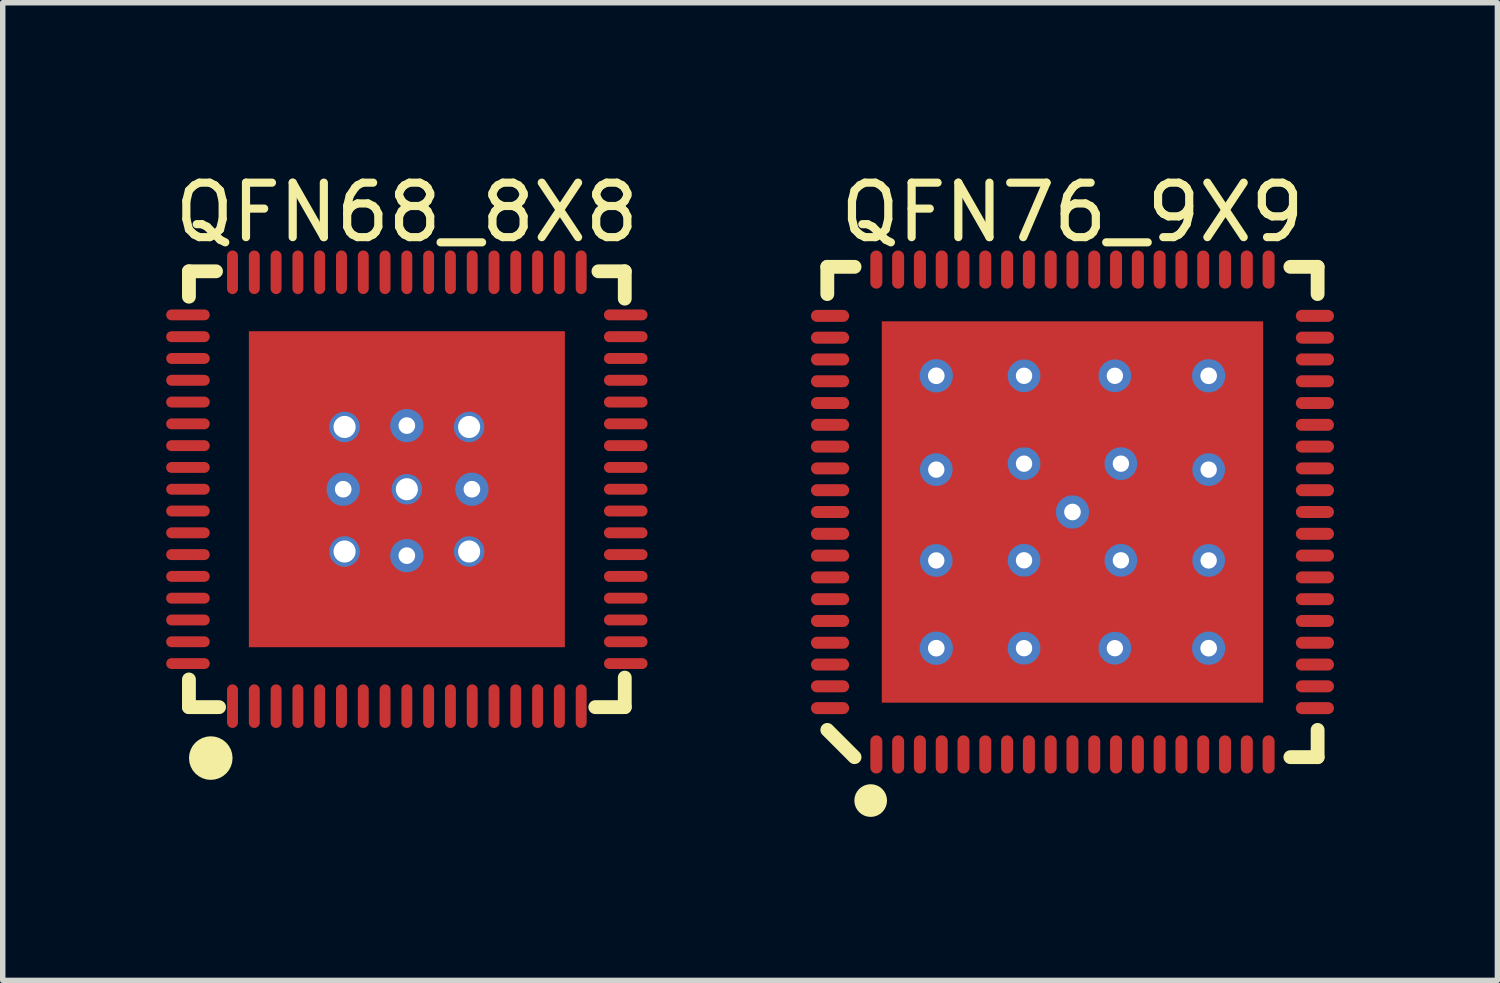
<source format=kicad_pcb>
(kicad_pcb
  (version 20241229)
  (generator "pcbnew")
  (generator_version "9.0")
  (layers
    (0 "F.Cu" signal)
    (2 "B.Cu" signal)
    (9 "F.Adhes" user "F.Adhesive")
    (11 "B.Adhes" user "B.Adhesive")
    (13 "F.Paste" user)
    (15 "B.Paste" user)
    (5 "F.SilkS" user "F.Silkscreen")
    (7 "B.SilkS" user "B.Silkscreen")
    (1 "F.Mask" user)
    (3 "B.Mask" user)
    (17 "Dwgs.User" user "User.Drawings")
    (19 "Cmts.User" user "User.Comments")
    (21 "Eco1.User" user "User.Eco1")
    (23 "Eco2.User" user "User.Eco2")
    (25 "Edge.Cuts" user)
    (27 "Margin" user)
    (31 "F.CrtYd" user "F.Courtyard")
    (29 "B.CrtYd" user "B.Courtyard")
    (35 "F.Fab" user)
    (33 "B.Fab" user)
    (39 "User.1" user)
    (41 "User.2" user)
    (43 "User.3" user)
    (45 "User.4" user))
  (footprint "QFN68_8X8"
    (layer "F.Cu")
    (at 4.418 5.93)
    (property "Reference" "QFN68_8X8" (at 0 -5.082 0) (layer "F.SilkS") (effects (font (size 1 1) (thickness 0.15))))
    (fp_line (start -4 -4) (end -3.503 -4) (stroke (width 0.254) (type solid)) (layer "F.SilkS"))
    (fp_line (start -4 -3.534) (end -4 -4) (stroke (width 0.254) (type solid)) (layer "F.SilkS"))
    (fp_line (start -4 4) (end -4 3.492) (stroke (width 0.254) (type solid)) (layer "F.SilkS"))
    (fp_line (start -4 4) (end -3.447 4) (stroke (width 0.254) (type solid)) (layer "F.SilkS"))
    (fp_line (start 3.459 4) (end 4 4) (stroke (width 0.254) (type solid)) (layer "F.SilkS"))
    (fp_line (start 3.517 -4) (end 4 -4) (stroke (width 0.254) (type solid)) (layer "F.SilkS"))
    (fp_line (start 4 -3.498) (end 4 -4) (stroke (width 0.254) (type solid)) (layer "F.SilkS"))
    (fp_line (start 4 4) (end 4 3.458) (stroke (width 0.254) (type solid)) (layer "F.SilkS"))
    (fp_circle (center -3.599 4.935) (end -3.599 4.735) (stroke (width 0.4) (type solid)) (fill no) (layer "F.SilkS"))
    (pad "0" thru_hole circle (at -1.168 0.00001) (size 0.61 0.61) (drill 0.305) (layers "*.Cu"))
    (pad "0" thru_hole circle (at -1.143 -1.143) (size 0.559 0.559) (drill 0.406) (layers "*.Cu" "*.Mask"))
    (pad "0" thru_hole circle (at -1.143 1.143) (size 0.559 0.559) (drill 0.406) (layers "*.Cu" "*.Mask"))
    (pad "0" thru_hole circle (at -0.00001 -1.168) (size 0.61 0.61) (drill 0.305) (layers "*.Cu"))
    (pad "0" thru_hole circle (at -0.00001 0.00001) (size 0.559 0.559) (drill 0.406) (layers "*.Cu" "*.Mask"))
    (pad "0" smd rect (at -0.00001 0.00001) (size 5.8 5.8) (layers "F.Cu" "F.Mask" "F.Paste"))
    (pad "0" thru_hole circle (at -0.00001 1.219) (size 0.61 0.61) (drill 0.305) (layers "*.Cu"))
    (pad "0" thru_hole circle (at 1.143 -1.143) (size 0.559 0.559) (drill 0.406) (layers "*.Cu" "*.Mask"))
    (pad "0" thru_hole circle (at 1.143 1.143) (size 0.559 0.559) (drill 0.406) (layers "*.Cu" "*.Mask"))
    (pad "0" thru_hole circle (at 1.194 0.00001) (size 0.61 0.61) (drill 0.305) (layers "*.Cu"))
    (pad "1" smd oval (at -3.2 3.982) (size 0.2 0.8) (layers "F.Cu" "F.Mask" "F.Paste"))
    (pad "2" smd oval (at -2.8 3.982) (size 0.2 0.8) (layers "F.Cu" "F.Mask" "F.Paste"))
    (pad "3" smd oval (at -2.4 3.982) (size 0.2 0.8) (layers "F.Cu" "F.Mask" "F.Paste"))
    (pad "4" smd oval (at -2 3.982) (size 0.2 0.8) (layers "F.Cu" "F.Mask" "F.Paste"))
    (pad "5" smd oval (at -1.6 3.982) (size 0.2 0.8) (layers "F.Cu" "F.Mask" "F.Paste"))
    (pad "6" smd oval (at -1.2 3.982) (size 0.2 0.8) (layers "F.Cu" "F.Mask" "F.Paste"))
    (pad "7" smd oval (at -0.8 3.982) (size 0.2 0.8) (layers "F.Cu" "F.Mask" "F.Paste"))
    (pad "8" smd oval (at -0.4 3.982) (size 0.2 0.8) (layers "F.Cu" "F.Mask" "F.Paste"))
    (pad "9" smd oval (at -0.00001 3.982) (size 0.2 0.8) (layers "F.Cu" "F.Mask" "F.Paste"))
    (pad "10" smd oval (at 0.4 3.982) (size 0.2 0.8) (layers "F.Cu" "F.Mask" "F.Paste"))
    (pad "11" smd oval (at 0.8 3.982) (size 0.2 0.8) (layers "F.Cu" "F.Mask" "F.Paste"))
    (pad "12" smd oval (at 1.2 3.982) (size 0.2 0.8) (layers "F.Cu" "F.Mask" "F.Paste"))
    (pad "13" smd oval (at 1.6 3.982) (size 0.2 0.8) (layers "F.Cu" "F.Mask" "F.Paste"))
    (pad "14" smd oval (at 2 3.982) (size 0.2 0.8) (layers "F.Cu" "F.Mask" "F.Paste"))
    (pad "15" smd oval (at 2.4 3.982) (size 0.2 0.8) (layers "F.Cu" "F.Mask" "F.Paste"))
    (pad "16" smd oval (at 2.8 3.982) (size 0.2 0.8) (layers "F.Cu" "F.Mask" "F.Paste"))
    (pad "17" smd oval (at 3.2 3.982) (size 0.2 0.8) (layers "F.Cu" "F.Mask" "F.Paste"))
    (pad "18" smd oval (at 4.018 3.2 90) (size 0.2 0.8) (layers "F.Cu" "F.Mask" "F.Paste"))
    (pad "19" smd oval (at 4.018 2.8 90) (size 0.2 0.8) (layers "F.Cu" "F.Mask" "F.Paste"))
    (pad "20" smd oval (at 4.018 2.4 90) (size 0.2 0.8) (layers "F.Cu" "F.Mask" "F.Paste"))
    (pad "21" smd oval (at 4.018 2 90) (size 0.2 0.8) (layers "F.Cu" "F.Mask" "F.Paste"))
    (pad "22" smd oval (at 4.018 1.6 90) (size 0.2 0.8) (layers "F.Cu" "F.Mask" "F.Paste"))
    (pad "23" smd oval (at 4.018 1.2 90) (size 0.2 0.8) (layers "F.Cu" "F.Mask" "F.Paste"))
    (pad "24" smd oval (at 4.018 0.8 90) (size 0.2 0.8) (layers "F.Cu" "F.Mask" "F.Paste"))
    (pad "25" smd oval (at 4.018 0.4 90) (size 0.2 0.8) (layers "F.Cu" "F.Mask" "F.Paste"))
    (pad "26" smd oval (at 4.018 0.00001 90) (size 0.2 0.8) (layers "F.Cu" "F.Mask" "F.Paste"))
    (pad "27" smd oval (at 4.018 -0.4 90) (size 0.2 0.8) (layers "F.Cu" "F.Mask" "F.Paste"))
    (pad "28" smd oval (at 4.018 -0.8 90) (size 0.2 0.8) (layers "F.Cu" "F.Mask" "F.Paste"))
    (pad "29" smd oval (at 4.018 -1.2 90) (size 0.2 0.8) (layers "F.Cu" "F.Mask" "F.Paste"))
    (pad "30" smd oval (at 4.018 -1.6 90) (size 0.2 0.8) (layers "F.Cu" "F.Mask" "F.Paste"))
    (pad "31" smd oval (at 4.018 -2 90) (size 0.2 0.8) (layers "F.Cu" "F.Mask" "F.Paste"))
    (pad "32" smd oval (at 4.018 -2.4 90) (size 0.2 0.8) (layers "F.Cu" "F.Mask" "F.Paste"))
    (pad "33" smd oval (at 4.018 -2.8 90) (size 0.2 0.8) (layers "F.Cu" "F.Mask" "F.Paste"))
    (pad "34" smd oval (at 4.018 -3.2 90) (size 0.2 0.8) (layers "F.Cu" "F.Mask" "F.Paste"))
    (pad "35" smd oval (at 3.2 -3.982 180) (size 0.2 0.8) (layers "F.Cu" "F.Mask" "F.Paste"))
    (pad "36" smd oval (at 2.8 -3.982 180) (size 0.2 0.8) (layers "F.Cu" "F.Mask" "F.Paste"))
    (pad "37" smd oval (at 2.4 -3.982 180) (size 0.2 0.8) (layers "F.Cu" "F.Mask" "F.Paste"))
    (pad "38" smd oval (at 2 -3.982 180) (size 0.2 0.8) (layers "F.Cu" "F.Mask" "F.Paste"))
    (pad "39" smd oval (at 1.6 -3.982 180) (size 0.2 0.8) (layers "F.Cu" "F.Mask" "F.Paste"))
    (pad "40" smd oval (at 1.2 -3.982 180) (size 0.2 0.8) (layers "F.Cu" "F.Mask" "F.Paste"))
    (pad "41" smd oval (at 0.8 -3.982 180) (size 0.2 0.8) (layers "F.Cu" "F.Mask" "F.Paste"))
    (pad "42" smd oval (at 0.4 -3.982 180) (size 0.2 0.8) (layers "F.Cu" "F.Mask" "F.Paste"))
    (pad "43" smd oval (at -0.00001 -3.982 180) (size 0.2 0.8) (layers "F.Cu" "F.Mask" "F.Paste"))
    (pad "44" smd oval (at -0.4 -3.982 180) (size 0.2 0.8) (layers "F.Cu" "F.Mask" "F.Paste"))
    (pad "45" smd oval (at -0.8 -3.982 180) (size 0.2 0.8) (layers "F.Cu" "F.Mask" "F.Paste"))
    (pad "46" smd oval (at -1.2 -3.982 180) (size 0.2 0.8) (layers "F.Cu" "F.Mask" "F.Paste"))
    (pad "47" smd oval (at -1.6 -3.982 180) (size 0.2 0.8) (layers "F.Cu" "F.Mask" "F.Paste"))
    (pad "48" smd oval (at -2 -3.982 180) (size 0.2 0.8) (layers "F.Cu" "F.Mask" "F.Paste"))
    (pad "49" smd oval (at -2.4 -3.982 180) (size 0.2 0.8) (layers "F.Cu" "F.Mask" "F.Paste"))
    (pad "50" smd oval (at -2.8 -3.982 180) (size 0.2 0.8) (layers "F.Cu" "F.Mask" "F.Paste"))
    (pad "51" smd oval (at -3.2 -3.982 180) (size 0.2 0.8) (layers "F.Cu" "F.Mask" "F.Paste"))
    (pad "52" smd oval (at -4.018 -3.2 90) (size 0.2 0.8) (layers "F.Cu" "F.Mask" "F.Paste"))
    (pad "53" smd oval (at -4.018 -2.8 90) (size 0.2 0.8) (layers "F.Cu" "F.Mask" "F.Paste"))
    (pad "54" smd oval (at -4.018 -2.4 90) (size 0.2 0.8) (layers "F.Cu" "F.Mask" "F.Paste"))
    (pad "55" smd oval (at -4.018 -2 90) (size 0.2 0.8) (layers "F.Cu" "F.Mask" "F.Paste"))
    (pad "56" smd oval (at -4.018 -1.6 90) (size 0.2 0.8) (layers "F.Cu" "F.Mask" "F.Paste"))
    (pad "57" smd oval (at -4.018 -1.2 90) (size 0.2 0.8) (layers "F.Cu" "F.Mask" "F.Paste"))
    (pad "58" smd oval (at -4.018 -0.8 90) (size 0.2 0.8) (layers "F.Cu" "F.Mask" "F.Paste"))
    (pad "59" smd oval (at -4.018 -0.4 90) (size 0.2 0.8) (layers "F.Cu" "F.Mask" "F.Paste"))
    (pad "60" smd oval (at -4.018 0.00001 90) (size 0.2 0.8) (layers "F.Cu" "F.Mask" "F.Paste"))
    (pad "61" smd oval (at -4.018 0.4 90) (size 0.2 0.8) (layers "F.Cu" "F.Mask" "F.Paste"))
    (pad "62" smd oval (at -4.018 0.8 90) (size 0.2 0.8) (layers "F.Cu" "F.Mask" "F.Paste"))
    (pad "63" smd oval (at -4.018 1.2 90) (size 0.2 0.8) (layers "F.Cu" "F.Mask" "F.Paste"))
    (pad "64" smd oval (at -4.018 1.6 90) (size 0.2 0.8) (layers "F.Cu" "F.Mask" "F.Paste"))
    (pad "65" smd oval (at -4.018 2 90) (size 0.2 0.8) (layers "F.Cu" "F.Mask" "F.Paste"))
    (pad "66" smd oval (at -4.018 2.4 90) (size 0.2 0.8) (layers "F.Cu" "F.Mask" "F.Paste"))
    (pad "67" smd oval (at -4.018 2.8 90) (size 0.2 0.8) (layers "F.Cu" "F.Mask" "F.Paste"))
    (pad "68" smd oval (at -4.018 3.2 90) (size 0.2 0.8) (layers "F.Cu" "F.Mask" "F.Paste")))
  (footprint "QFN76_9X9"
    (layer "F.Cu")
    (at 16.636 6.348)
    (property "Reference" "QFN76_9X9" (at 0 -5.5 0) (layer "F.SilkS") (effects (font (size 1 1) (thickness 0.15))))
    (fp_line (start -4.5 -4.5) (end -4 -4.5) (stroke (width 0.254) (type solid)) (layer "F.SilkS"))
    (fp_line (start -4.5 -4) (end -4.5 -4.5) (stroke (width 0.254) (type solid)) (layer "F.SilkS"))
    (fp_line (start -4.5 4) (end -4 4.5) (stroke (width 0.254) (type solid)) (layer "F.SilkS"))
    (fp_line (start 4 -4.5) (end 4.5 -4.5) (stroke (width 0.254) (type solid)) (layer "F.SilkS"))
    (fp_line (start 4 4.5) (end 4.5 4.5) (stroke (width 0.254) (type solid)) (layer "F.SilkS"))
    (fp_line (start 4.5 -4) (end 4.5 -4.5) (stroke (width 0.254) (type solid)) (layer "F.SilkS"))
    (fp_line (start 4.5 4.5) (end 4.5 4) (stroke (width 0.254) (type solid)) (layer "F.SilkS"))
    (fp_circle (center -3.704 5.297) (end -3.704 5.147) (stroke (width 0.3) (type solid)) (fill no) (layer "F.SilkS"))
    (pad "0" thru_hole circle (at -2.5 -2.5) (size 0.61 0.61) (drill 0.305) (layers "*.Cu" "*.Mask"))
    (pad "0" thru_hole circle (at -2.5 -0.778) (size 0.6 0.6) (drill 0.3) (layers "*.Cu"))
    (pad "0" thru_hole circle (at -2.5 0.889) (size 0.6 0.6) (drill 0.3) (layers "*.Cu"))
    (pad "0" thru_hole circle (at -2.5 2.5) (size 0.61 0.61) (drill 0.305) (layers "*.Cu" "*.Mask"))
    (pad "0" thru_hole circle (at -0.889 -0.887) (size 0.6 0.6) (drill 0.3) (layers "*.Cu" "*.Mask"))
    (pad "0" thru_hole circle (at -0.889 0.887) (size 0.6 0.6) (drill 0.3) (layers "*.Cu" "*.Mask"))
    (pad "0" thru_hole circle (at -0.889 -2.5) (size 0.6 0.6) (drill 0.3) (layers "*.Cu"))
    (pad "0" thru_hole circle (at -0.889 2.5) (size 0.6 0.6) (drill 0.3) (layers "*.Cu"))
    (pad "0" thru_hole circle (at 0 0) (size 0.61 0.61) (drill 0.305) (layers "*.Cu" "*.Mask"))
    (pad "0" smd rect (at 0 0 90) (size 7 7) (layers "F.Cu" "F.Mask" "F.Paste"))
    (pad "0" thru_hole circle (at 0.778 -2.5) (size 0.6 0.6) (drill 0.3) (layers "*.Cu"))
    (pad "0" thru_hole circle (at 0.778 2.5) (size 0.6 0.6) (drill 0.3) (layers "*.Cu"))
    (pad "0" thru_hole circle (at 0.889 -0.887) (size 0.6 0.6) (drill 0.3) (layers "*.Cu" "*.Mask"))
    (pad "0" thru_hole circle (at 0.889 0.887) (size 0.6 0.6) (drill 0.3) (layers "*.Cu" "*.Mask"))
    (pad "0" thru_hole circle (at 2.5 -2.5) (size 0.61 0.61) (drill 0.305) (layers "*.Cu" "*.Mask"))
    (pad "0" thru_hole circle (at 2.5 -0.778) (size 0.6 0.6) (drill 0.3) (layers "*.Cu"))
    (pad "0" thru_hole circle (at 2.5 0.889) (size 0.6 0.6) (drill 0.3) (layers "*.Cu"))
    (pad "0" thru_hole circle (at 2.5 2.5) (size 0.61 0.61) (drill 0.305) (layers "*.Cu" "*.Mask"))
    (pad "1" smd oval (at -3.6 4.45 90) (size 0.7 0.22) (layers "F.Cu" "F.Mask" "F.Paste"))
    (pad "2" smd oval (at -3.2 4.45 90) (size 0.7 0.22) (layers "F.Cu" "F.Mask" "F.Paste"))
    (pad "3" smd oval (at -2.8 4.45 90) (size 0.7 0.22) (layers "F.Cu" "F.Mask" "F.Paste"))
    (pad "4" smd oval (at -2.4 4.45 90) (size 0.7 0.22) (layers "F.Cu" "F.Mask" "F.Paste"))
    (pad "5" smd oval (at -2 4.45 90) (size 0.7 0.22) (layers "F.Cu" "F.Mask" "F.Paste"))
    (pad "6" smd oval (at -1.6 4.45 90) (size 0.7 0.22) (layers "F.Cu" "F.Mask" "F.Paste"))
    (pad "7" smd oval (at -1.2 4.45 90) (size 0.7 0.22) (layers "F.Cu" "F.Mask" "F.Paste"))
    (pad "8" smd oval (at -0.8 4.45 90) (size 0.7 0.22) (layers "F.Cu" "F.Mask" "F.Paste"))
    (pad "9" smd oval (at -0.4 4.45 90) (size 0.7 0.22) (layers "F.Cu" "F.Mask" "F.Paste"))
    (pad "10" smd oval (at -0.00001 4.45 90) (size 0.7 0.22) (layers "F.Cu" "F.Mask" "F.Paste"))
    (pad "11" smd oval (at 0.4 4.45 90) (size 0.7 0.22) (layers "F.Cu" "F.Mask" "F.Paste"))
    (pad "12" smd oval (at 0.8 4.45 90) (size 0.7 0.22) (layers "F.Cu" "F.Mask" "F.Paste"))
    (pad "13" smd oval (at 1.2 4.45 90) (size 0.7 0.22) (layers "F.Cu" "F.Mask" "F.Paste"))
    (pad "14" smd oval (at 1.6 4.45 90) (size 0.7 0.22) (layers "F.Cu" "F.Mask" "F.Paste"))
    (pad "15" smd oval (at 2 4.45 90) (size 0.7 0.22) (layers "F.Cu" "F.Mask" "F.Paste"))
    (pad "16" smd oval (at 2.4 4.45 90) (size 0.7 0.22) (layers "F.Cu" "F.Mask" "F.Paste"))
    (pad "17" smd oval (at 2.8 4.45 90) (size 0.7 0.22) (layers "F.Cu" "F.Mask" "F.Paste"))
    (pad "18" smd oval (at 3.2 4.45 90) (size 0.7 0.22) (layers "F.Cu" "F.Mask" "F.Paste"))
    (pad "19" smd oval (at 3.6 4.45 90) (size 0.7 0.22) (layers "F.Cu" "F.Mask" "F.Paste"))
    (pad "20" smd oval (at 4.45 3.6 180) (size 0.7 0.22) (layers "F.Cu" "F.Mask" "F.Paste"))
    (pad "21" smd oval (at 4.45 3.2 180) (size 0.7 0.22) (layers "F.Cu" "F.Mask" "F.Paste"))
    (pad "22" smd oval (at 4.45 2.8 180) (size 0.7 0.22) (layers "F.Cu" "F.Mask" "F.Paste"))
    (pad "23" smd oval (at 4.45 2.4 180) (size 0.7 0.22) (layers "F.Cu" "F.Mask" "F.Paste"))
    (pad "24" smd oval (at 4.45 2 180) (size 0.7 0.22) (layers "F.Cu" "F.Mask" "F.Paste"))
    (pad "25" smd oval (at 4.45 1.6 180) (size 0.7 0.22) (layers "F.Cu" "F.Mask" "F.Paste"))
    (pad "26" smd oval (at 4.45 1.2 180) (size 0.7 0.22) (layers "F.Cu" "F.Mask" "F.Paste"))
    (pad "27" smd oval (at 4.45 0.8 180) (size 0.7 0.22) (layers "F.Cu" "F.Mask" "F.Paste"))
    (pad "28" smd oval (at 4.45 0.4 180) (size 0.7 0.22) (layers "F.Cu" "F.Mask" "F.Paste"))
    (pad "29" smd oval (at 4.45 0.00001 180) (size 0.7 0.22) (layers "F.Cu" "F.Mask" "F.Paste"))
    (pad "30" smd oval (at 4.45 -0.4 180) (size 0.7 0.22) (layers "F.Cu" "F.Mask" "F.Paste"))
    (pad "31" smd oval (at 4.45 -0.8 180) (size 0.7 0.22) (layers "F.Cu" "F.Mask" "F.Paste"))
    (pad "32" smd oval (at 4.45 -1.2 180) (size 0.7 0.22) (layers "F.Cu" "F.Mask" "F.Paste"))
    (pad "33" smd oval (at 4.45 -1.6 180) (size 0.7 0.22) (layers "F.Cu" "F.Mask" "F.Paste"))
    (pad "34" smd oval (at 4.45 -2 180) (size 0.7 0.22) (layers "F.Cu" "F.Mask" "F.Paste"))
    (pad "35" smd oval (at 4.45 -2.4 180) (size 0.7 0.22) (layers "F.Cu" "F.Mask" "F.Paste"))
    (pad "36" smd oval (at 4.45 -2.8 180) (size 0.7 0.22) (layers "F.Cu" "F.Mask" "F.Paste"))
    (pad "37" smd oval (at 4.45 -3.2 180) (size 0.7 0.22) (layers "F.Cu" "F.Mask" "F.Paste"))
    (pad "38" smd oval (at 4.45 -3.6 180) (size 0.7 0.22) (layers "F.Cu" "F.Mask" "F.Paste"))
    (pad "39" smd oval (at 3.6 -4.45 90) (size 0.7 0.22) (layers "F.Cu" "F.Mask" "F.Paste"))
    (pad "40" smd oval (at 3.2 -4.45 90) (size 0.7 0.22) (layers "F.Cu" "F.Mask" "F.Paste"))
    (pad "41" smd oval (at 2.8 -4.45 90) (size 0.7 0.22) (layers "F.Cu" "F.Mask" "F.Paste"))
    (pad "42" smd oval (at 2.4 -4.45 90) (size 0.7 0.22) (layers "F.Cu" "F.Mask" "F.Paste"))
    (pad "43" smd oval (at 2 -4.45 90) (size 0.7 0.22) (layers "F.Cu" "F.Mask" "F.Paste"))
    (pad "44" smd oval (at 1.6 -4.45 90) (size 0.7 0.22) (layers "F.Cu" "F.Mask" "F.Paste"))
    (pad "45" smd oval (at 1.2 -4.45 90) (size 0.7 0.22) (layers "F.Cu" "F.Mask" "F.Paste"))
    (pad "46" smd oval (at 0.8 -4.45 90) (size 0.7 0.22) (layers "F.Cu" "F.Mask" "F.Paste"))
    (pad "47" smd oval (at 0.4 -4.45 90) (size 0.7 0.22) (layers "F.Cu" "F.Mask" "F.Paste"))
    (pad "48" smd oval (at -0.00001 -4.45 90) (size 0.7 0.22) (layers "F.Cu" "F.Mask" "F.Paste"))
    (pad "49" smd oval (at -0.4 -4.45 90) (size 0.7 0.22) (layers "F.Cu" "F.Mask" "F.Paste"))
    (pad "50" smd oval (at -0.8 -4.45 90) (size 0.7 0.22) (layers "F.Cu" "F.Mask" "F.Paste"))
    (pad "51" smd oval (at -1.2 -4.45 90) (size 0.7 0.22) (layers "F.Cu" "F.Mask" "F.Paste"))
    (pad "52" smd oval (at -1.6 -4.45 90) (size 0.7 0.22) (layers "F.Cu" "F.Mask" "F.Paste"))
    (pad "53" smd oval (at -2 -4.45 90) (size 0.7 0.22) (layers "F.Cu" "F.Mask" "F.Paste"))
    (pad "54" smd oval (at -2.4 -4.45 90) (size 0.7 0.22) (layers "F.Cu" "F.Mask" "F.Paste"))
    (pad "55" smd oval (at -2.8 -4.45 90) (size 0.7 0.22) (layers "F.Cu" "F.Mask" "F.Paste"))
    (pad "56" smd oval (at -3.2 -4.45 90) (size 0.7 0.22) (layers "F.Cu" "F.Mask" "F.Paste"))
    (pad "57" smd oval (at -3.6 -4.45 90) (size 0.7 0.22) (layers "F.Cu" "F.Mask" "F.Paste"))
    (pad "58" smd oval (at -4.45 -3.6 180) (size 0.7 0.22) (layers "F.Cu" "F.Mask" "F.Paste"))
    (pad "59" smd oval (at -4.45 -3.2 180) (size 0.7 0.22) (layers "F.Cu" "F.Mask" "F.Paste"))
    (pad "60" smd oval (at -4.45 -2.8 180) (size 0.7 0.22) (layers "F.Cu" "F.Mask" "F.Paste"))
    (pad "61" smd oval (at -4.45 -2.4 180) (size 0.7 0.22) (layers "F.Cu" "F.Mask" "F.Paste"))
    (pad "62" smd oval (at -4.45 -2 180) (size 0.7 0.22) (layers "F.Cu" "F.Mask" "F.Paste"))
    (pad "63" smd oval (at -4.45 -1.6 180) (size 0.7 0.22) (layers "F.Cu" "F.Mask" "F.Paste"))
    (pad "64" smd oval (at -4.45 -1.2 180) (size 0.7 0.22) (layers "F.Cu" "F.Mask" "F.Paste"))
    (pad "65" smd oval (at -4.45 -0.8 180) (size 0.7 0.22) (layers "F.Cu" "F.Mask" "F.Paste"))
    (pad "66" smd oval (at -4.45 -0.4 180) (size 0.7 0.22) (layers "F.Cu" "F.Mask" "F.Paste"))
    (pad "67" smd oval (at -4.45 0.00001 180) (size 0.7 0.22) (layers "F.Cu" "F.Mask" "F.Paste"))
    (pad "68" smd oval (at -4.45 0.4 180) (size 0.7 0.22) (layers "F.Cu" "F.Mask" "F.Paste"))
    (pad "69" smd oval (at -4.45 0.8 180) (size 0.7 0.22) (layers "F.Cu" "F.Mask" "F.Paste"))
    (pad "70" smd oval (at -4.45 1.2 180) (size 0.7 0.22) (layers "F.Cu" "F.Mask" "F.Paste"))
    (pad "71" smd oval (at -4.45 1.6 180) (size 0.7 0.22) (layers "F.Cu" "F.Mask" "F.Paste"))
    (pad "72" smd oval (at -4.45 2 180) (size 0.7 0.22) (layers "F.Cu" "F.Mask" "F.Paste"))
    (pad "73" smd oval (at -4.45 2.4 180) (size 0.7 0.22) (layers "F.Cu" "F.Mask" "F.Paste"))
    (pad "74" smd oval (at -4.45 2.8 180) (size 0.7 0.22) (layers "F.Cu" "F.Mask" "F.Paste"))
    (pad "75" smd oval (at -4.45 3.2 180) (size 0.7 0.22) (layers "F.Cu" "F.Mask" "F.Paste"))
    (pad "76" smd oval (at -4.45 3.6 180) (size 0.7 0.22) (layers "F.Cu" "F.Mask" "F.Paste")))
  (gr_rect
    (start -3 -3)
    (end 24.436 14.946)
    (stroke (width 0.1) (type default))
    (fill no)
    (layer "Edge.Cuts")))
</source>
